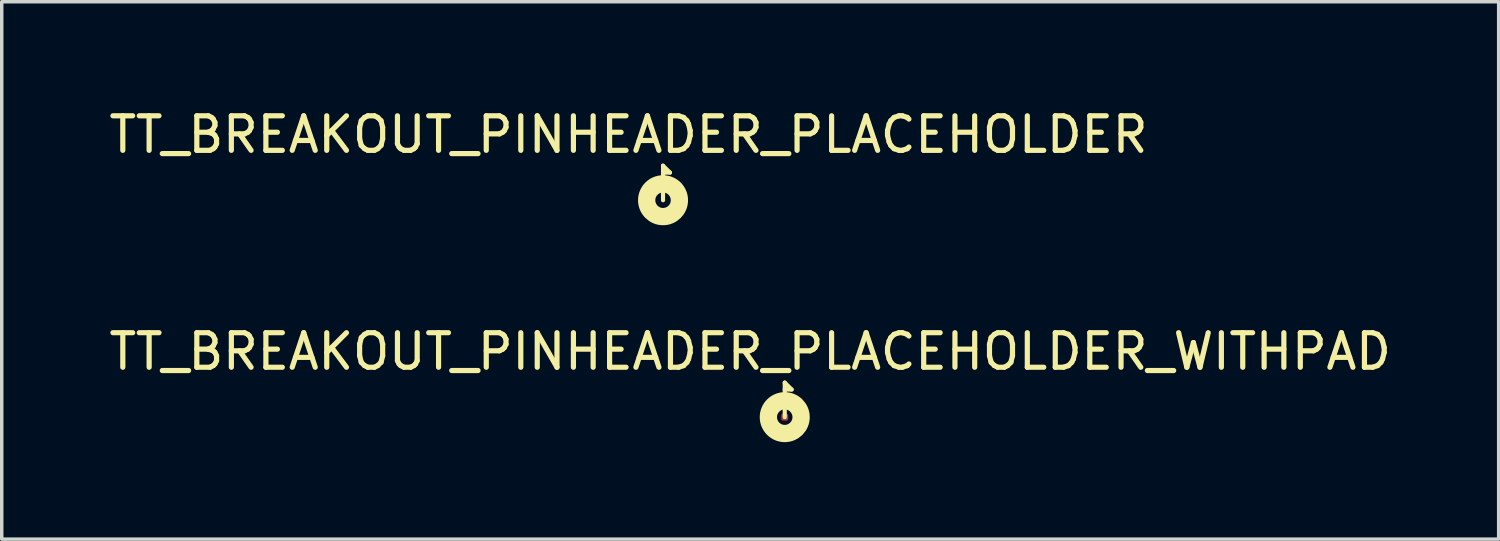
<source format=kicad_pcb>
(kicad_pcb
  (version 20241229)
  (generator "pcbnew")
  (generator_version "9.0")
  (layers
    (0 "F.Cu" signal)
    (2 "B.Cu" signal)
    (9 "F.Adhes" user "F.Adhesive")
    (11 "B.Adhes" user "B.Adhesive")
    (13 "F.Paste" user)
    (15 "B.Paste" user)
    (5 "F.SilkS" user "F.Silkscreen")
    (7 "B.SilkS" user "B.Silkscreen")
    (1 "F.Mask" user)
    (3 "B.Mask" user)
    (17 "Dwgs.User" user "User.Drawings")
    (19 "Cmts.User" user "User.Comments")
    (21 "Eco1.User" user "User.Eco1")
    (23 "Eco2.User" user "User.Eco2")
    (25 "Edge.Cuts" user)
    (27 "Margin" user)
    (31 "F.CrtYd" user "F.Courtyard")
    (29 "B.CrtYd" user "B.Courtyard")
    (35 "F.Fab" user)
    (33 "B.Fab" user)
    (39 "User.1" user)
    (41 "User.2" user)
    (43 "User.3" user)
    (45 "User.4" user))
  (footprint "TT_BREAKOUT_PINHEADER_PLACEHOLDER"
    (layer "F.Cu")
    (at 16.149 2.748)
    (property "Reference" "TT_BREAKOUT_PINHEADER_PLACEHOLDER" (at -1 -1.9 0) (unlocked yes) (layer "F.SilkS") (effects (font (size 1 1) (thickness 0.15))))
    (attr smd board_only)
    (fp_line (start 0 -0.8) (end 0.2 -0.8) (stroke (width 0.12) (type default)) (layer "F.SilkS"))
    (fp_line (start 0 0) (end 0 -1) (stroke (width 0.12) (type default)) (layer "F.SilkS"))
    (fp_line (start 0.2 -0.8) (end 0 -1) (stroke (width 0.12) (type default)) (layer "F.SilkS"))
    (fp_circle (center 0 0) (end 0.224 0) (stroke (width 0.5) (type default)) (fill no) (layer "F.SilkS"))
    (fp_circle (center 0 0) (end 0.412 0) (stroke (width 0.24) (type default)) (fill no) (layer "F.SilkS")))
  (footprint "TT_BREAKOUT_PINHEADER_PLACEHOLDER_WITHPAD"
    (layer "F.Cu")
    (at 19.673 9.029)
    (property "Reference" "TT_BREAKOUT_PINHEADER_PLACEHOLDER_WITHPAD" (at -1 -1.9 0) (unlocked yes) (layer "F.SilkS") (effects (font (size 1 1) (thickness 0.15))))
    (attr smd board_only)
    (fp_line (start 0 -0.8) (end 0.2 -0.8) (stroke (width 0.12) (type default)) (layer "F.SilkS"))
    (fp_line (start 0 0) (end 0 -1) (stroke (width 0.12) (type default)) (layer "F.SilkS"))
    (fp_line (start 0.2 -0.8) (end 0 -1) (stroke (width 0.12) (type default)) (layer "F.SilkS"))
    (fp_circle (center 0 0) (end 0.224 0) (stroke (width 0.5) (type default)) (fill no) (layer "F.SilkS"))
    (fp_circle (center 0 0) (end 0.412 0) (stroke (width 0.24) (type default)) (fill no) (layer "F.SilkS"))
    (pad "1" smd roundrect (at 0 0) (size 0.2 0.2) (layers "F.Cu") (roundrect_rratio 0.25)))
  (gr_rect
    (start -3 -3)
    (end 40.345 12.561)
    (stroke (width 0.1) (type default))
    (fill no)
    (layer "Edge.Cuts")))
</source>
